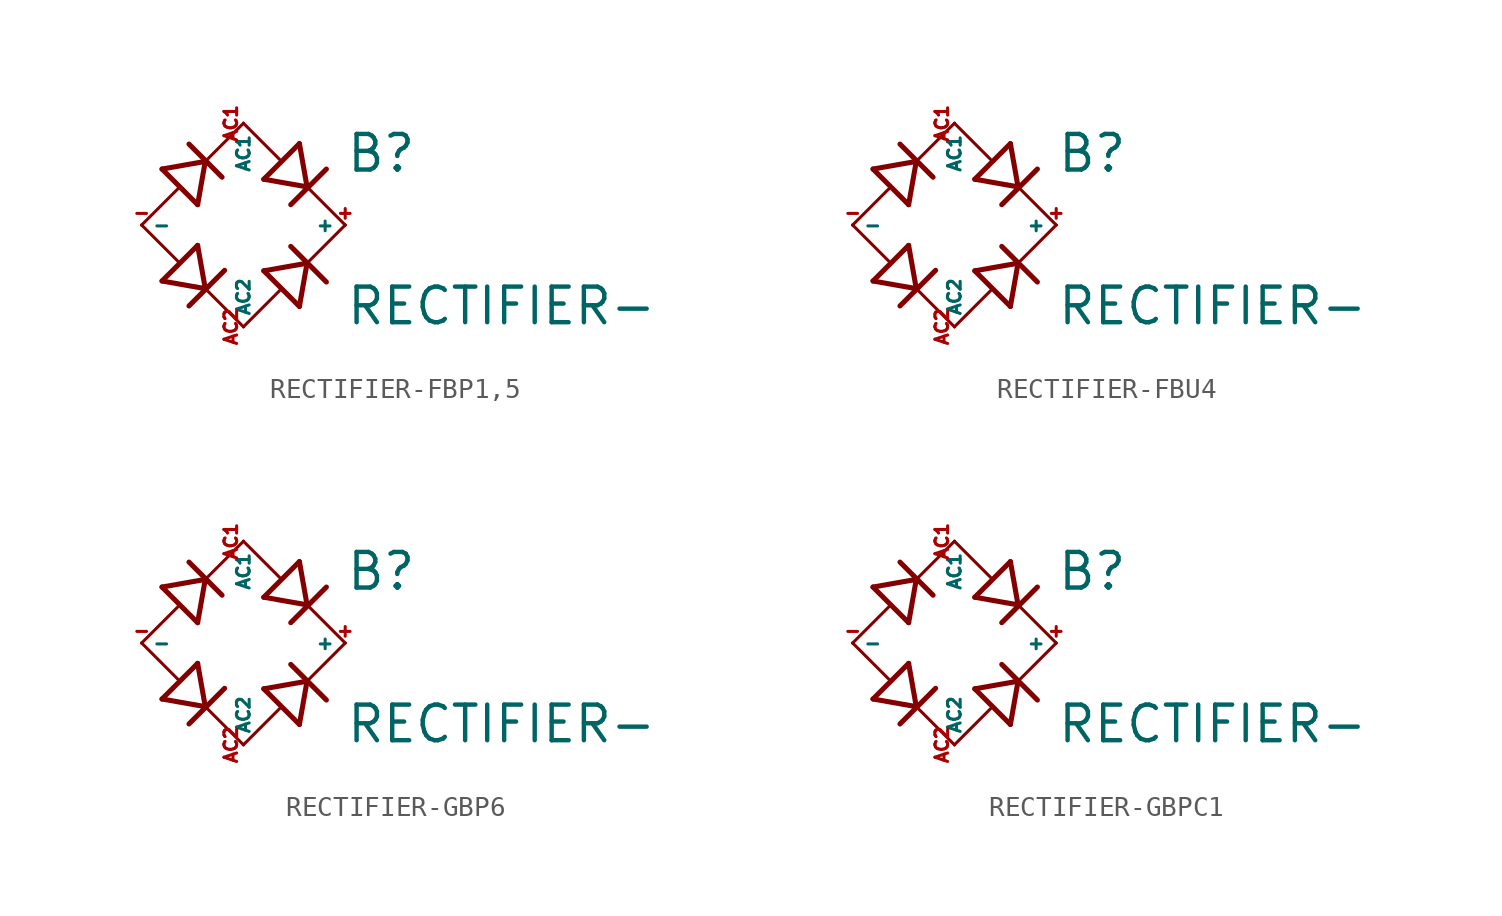
<source format=kicad_sym>
(kicad_symbol_lib
  (version 20220914)
  (generator Eagle2Kicad)
  (symbol "RECTIFIER-FBP1,5"
    (property "Reference" "B"
      (at 5.08 2.54 0)
      (effects (font (size 1.778 1.778) (thickness 0.22)) (justify left bottom)))
    (property "Value" "RECTIFIER-"
      (at 5.08 -5.08 0)
      (effects (font (size 1.778 1.778) (thickness 0.22)) (justify left bottom)))
    (polyline
      (pts (xy -1.905 -3.175) (xy -4.064 -2.794))
      (stroke (width 0.254) (type default))
      (fill (type none)))
    (polyline
      (pts (xy -1.905 -3.175) (xy -2.286 -1.016))
      (stroke (width 0.254) (type default))
      (fill (type none)))
    (polyline
      (pts (xy -2.718 -4.039) (xy -0.94 -2.261))
      (stroke (width 0.254) (type default))
      (fill (type none)))
    (polyline
      (pts (xy -1.905 3.175) (xy -4.064 2.794))
      (stroke (width 0.254) (type default))
      (fill (type none)))
    (polyline
      (pts (xy -1.905 3.175) (xy -2.286 1.016))
      (stroke (width 0.254) (type default))
      (fill (type none)))
    (polyline
      (pts (xy -2.718 4.039) (xy -1.067 2.388))
      (stroke (width 0.254) (type default))
      (fill (type none)))
    (polyline
      (pts (xy 3.175 1.905) (xy 2.794 4.064))
      (stroke (width 0.254) (type default))
      (fill (type none)))
    (polyline
      (pts (xy 3.175 1.905) (xy 1.016 2.286))
      (stroke (width 0.254) (type default))
      (fill (type none)))
    (polyline
      (pts (xy 2.362 1.016) (xy 4.14 2.794))
      (stroke (width 0.254) (type default))
      (fill (type none)))
    (polyline
      (pts (xy 3.175 -1.905) (xy 2.794 -4.064))
      (stroke (width 0.254) (type default))
      (fill (type none)))
    (polyline
      (pts (xy 3.175 -1.905) (xy 1.016 -2.286))
      (stroke (width 0.254) (type default))
      (fill (type none)))
    (polyline
      (pts (xy 2.362 -1.067) (xy 4.14 -2.845))
      (stroke (width 0.254) (type default))
      (fill (type none)))
    (polyline
      (pts (xy 5.08 0) (xy 3.175 -1.905))
      (stroke (width 0.152) (type default))
      (fill (type none)))
    (polyline
      (pts (xy 0 -5.08) (xy -1.905 -3.175))
      (stroke (width 0.152) (type default))
      (fill (type none)))
    (polyline
      (pts (xy -3.277 -1.803) (xy -5.08 0))
      (stroke (width 0.152) (type default))
      (fill (type none)))
    (polyline
      (pts (xy -4.064 -2.794) (xy -2.286 -1.016))
      (stroke (width 0.254) (type default))
      (fill (type none)))
    (polyline
      (pts (xy -5.08 0) (xy -3.277 1.803))
      (stroke (width 0.152) (type default))
      (fill (type none)))
    (polyline
      (pts (xy -4.064 2.794) (xy -2.286 1.016))
      (stroke (width 0.254) (type default))
      (fill (type none)))
    (polyline
      (pts (xy -1.905 3.175) (xy 0 5.08))
      (stroke (width 0.152) (type default))
      (fill (type none)))
    (polyline
      (pts (xy 0 5.08) (xy 1.803 3.277))
      (stroke (width 0.152) (type default))
      (fill (type none)))
    (polyline
      (pts (xy 1.016 2.286) (xy 2.794 4.064))
      (stroke (width 0.254) (type default))
      (fill (type none)))
    (polyline
      (pts (xy 3.175 1.905) (xy 5.08 0))
      (stroke (width 0.152) (type default))
      (fill (type none)))
    (polyline
      (pts (xy 0 -5.08) (xy 1.803 -3.277))
      (stroke (width 0.152) (type default))
      (fill (type none)))
    (polyline
      (pts (xy 1.016 -2.286) (xy 2.794 -4.064))
      (stroke (width 0.254) (type default))
      (fill (type none)))
    (pin passive line
      (at 0 5.08 270)
      (length 0)
      (name "AC1" (effects (font (size 0.635 0.635) (thickness 0.08)) (justify left bottom)))
      (number "AC1" (effects (font (size 0.635 0.635) (thickness 0.08)) (justify left bottom))))
    (pin passive line
      (at 5.08 0 180)
      (length 0)
      (name "+" (effects (font (size 0.635 0.635) (thickness 0.08)) (justify left bottom)))
      (number "+" (effects (font (size 0.635 0.635) (thickness 0.08)) (justify left bottom))))
    (pin passive line
      (at 0 -5.08 90)
      (length 0)
      (name "AC2" (effects (font (size 0.635 0.635) (thickness 0.08)) (justify left bottom)))
      (number "AC2" (effects (font (size 0.635 0.635) (thickness 0.08)) (justify left bottom))))
    (pin passive line
      (at -5.08 0 0)
      (length 0)
      (name "-" (effects (font (size 0.635 0.635) (thickness 0.08)) (justify left bottom)))
      (number "-" (effects (font (size 0.635 0.635) (thickness 0.08)) (justify left bottom)))))
  (symbol "RECTIFIER-FBU4"
    (property "Reference" "B"
      (at 5.08 2.54 0)
      (effects (font (size 1.778 1.778) (thickness 0.22)) (justify left bottom)))
    (property "Value" "RECTIFIER-"
      (at 5.08 -5.08 0)
      (effects (font (size 1.778 1.778) (thickness 0.22)) (justify left bottom)))
    (polyline
      (pts (xy -1.905 -3.175) (xy -4.064 -2.794))
      (stroke (width 0.254) (type default))
      (fill (type none)))
    (polyline
      (pts (xy -1.905 -3.175) (xy -2.286 -1.016))
      (stroke (width 0.254) (type default))
      (fill (type none)))
    (polyline
      (pts (xy -2.718 -4.039) (xy -0.94 -2.261))
      (stroke (width 0.254) (type default))
      (fill (type none)))
    (polyline
      (pts (xy -1.905 3.175) (xy -4.064 2.794))
      (stroke (width 0.254) (type default))
      (fill (type none)))
    (polyline
      (pts (xy -1.905 3.175) (xy -2.286 1.016))
      (stroke (width 0.254) (type default))
      (fill (type none)))
    (polyline
      (pts (xy -2.718 4.039) (xy -1.067 2.388))
      (stroke (width 0.254) (type default))
      (fill (type none)))
    (polyline
      (pts (xy 3.175 1.905) (xy 2.794 4.064))
      (stroke (width 0.254) (type default))
      (fill (type none)))
    (polyline
      (pts (xy 3.175 1.905) (xy 1.016 2.286))
      (stroke (width 0.254) (type default))
      (fill (type none)))
    (polyline
      (pts (xy 2.362 1.016) (xy 4.14 2.794))
      (stroke (width 0.254) (type default))
      (fill (type none)))
    (polyline
      (pts (xy 3.175 -1.905) (xy 2.794 -4.064))
      (stroke (width 0.254) (type default))
      (fill (type none)))
    (polyline
      (pts (xy 3.175 -1.905) (xy 1.016 -2.286))
      (stroke (width 0.254) (type default))
      (fill (type none)))
    (polyline
      (pts (xy 2.362 -1.067) (xy 4.14 -2.845))
      (stroke (width 0.254) (type default))
      (fill (type none)))
    (polyline
      (pts (xy 5.08 0) (xy 3.175 -1.905))
      (stroke (width 0.152) (type default))
      (fill (type none)))
    (polyline
      (pts (xy 0 -5.08) (xy -1.905 -3.175))
      (stroke (width 0.152) (type default))
      (fill (type none)))
    (polyline
      (pts (xy -3.277 -1.803) (xy -5.08 0))
      (stroke (width 0.152) (type default))
      (fill (type none)))
    (polyline
      (pts (xy -4.064 -2.794) (xy -2.286 -1.016))
      (stroke (width 0.254) (type default))
      (fill (type none)))
    (polyline
      (pts (xy -5.08 0) (xy -3.277 1.803))
      (stroke (width 0.152) (type default))
      (fill (type none)))
    (polyline
      (pts (xy -4.064 2.794) (xy -2.286 1.016))
      (stroke (width 0.254) (type default))
      (fill (type none)))
    (polyline
      (pts (xy -1.905 3.175) (xy 0 5.08))
      (stroke (width 0.152) (type default))
      (fill (type none)))
    (polyline
      (pts (xy 0 5.08) (xy 1.803 3.277))
      (stroke (width 0.152) (type default))
      (fill (type none)))
    (polyline
      (pts (xy 1.016 2.286) (xy 2.794 4.064))
      (stroke (width 0.254) (type default))
      (fill (type none)))
    (polyline
      (pts (xy 3.175 1.905) (xy 5.08 0))
      (stroke (width 0.152) (type default))
      (fill (type none)))
    (polyline
      (pts (xy 0 -5.08) (xy 1.803 -3.277))
      (stroke (width 0.152) (type default))
      (fill (type none)))
    (polyline
      (pts (xy 1.016 -2.286) (xy 2.794 -4.064))
      (stroke (width 0.254) (type default))
      (fill (type none)))
    (pin passive line
      (at 0 5.08 270)
      (length 0)
      (name "AC1" (effects (font (size 0.635 0.635) (thickness 0.08)) (justify left bottom)))
      (number "AC1" (effects (font (size 0.635 0.635) (thickness 0.08)) (justify left bottom))))
    (pin passive line
      (at 5.08 0 180)
      (length 0)
      (name "+" (effects (font (size 0.635 0.635) (thickness 0.08)) (justify left bottom)))
      (number "+" (effects (font (size 0.635 0.635) (thickness 0.08)) (justify left bottom))))
    (pin passive line
      (at 0 -5.08 90)
      (length 0)
      (name "AC2" (effects (font (size 0.635 0.635) (thickness 0.08)) (justify left bottom)))
      (number "AC2" (effects (font (size 0.635 0.635) (thickness 0.08)) (justify left bottom))))
    (pin passive line
      (at -5.08 0 0)
      (length 0)
      (name "-" (effects (font (size 0.635 0.635) (thickness 0.08)) (justify left bottom)))
      (number "-" (effects (font (size 0.635 0.635) (thickness 0.08)) (justify left bottom)))))
  (symbol "RECTIFIER-GBP6"
    (property "Reference" "B"
      (at 5.08 2.54 0)
      (effects (font (size 1.778 1.778) (thickness 0.22)) (justify left bottom)))
    (property "Value" "RECTIFIER-"
      (at 5.08 -5.08 0)
      (effects (font (size 1.778 1.778) (thickness 0.22)) (justify left bottom)))
    (polyline
      (pts (xy -1.905 -3.175) (xy -4.064 -2.794))
      (stroke (width 0.254) (type default))
      (fill (type none)))
    (polyline
      (pts (xy -1.905 -3.175) (xy -2.286 -1.016))
      (stroke (width 0.254) (type default))
      (fill (type none)))
    (polyline
      (pts (xy -2.718 -4.039) (xy -0.94 -2.261))
      (stroke (width 0.254) (type default))
      (fill (type none)))
    (polyline
      (pts (xy -1.905 3.175) (xy -4.064 2.794))
      (stroke (width 0.254) (type default))
      (fill (type none)))
    (polyline
      (pts (xy -1.905 3.175) (xy -2.286 1.016))
      (stroke (width 0.254) (type default))
      (fill (type none)))
    (polyline
      (pts (xy -2.718 4.039) (xy -1.067 2.388))
      (stroke (width 0.254) (type default))
      (fill (type none)))
    (polyline
      (pts (xy 3.175 1.905) (xy 2.794 4.064))
      (stroke (width 0.254) (type default))
      (fill (type none)))
    (polyline
      (pts (xy 3.175 1.905) (xy 1.016 2.286))
      (stroke (width 0.254) (type default))
      (fill (type none)))
    (polyline
      (pts (xy 2.362 1.016) (xy 4.14 2.794))
      (stroke (width 0.254) (type default))
      (fill (type none)))
    (polyline
      (pts (xy 3.175 -1.905) (xy 2.794 -4.064))
      (stroke (width 0.254) (type default))
      (fill (type none)))
    (polyline
      (pts (xy 3.175 -1.905) (xy 1.016 -2.286))
      (stroke (width 0.254) (type default))
      (fill (type none)))
    (polyline
      (pts (xy 2.362 -1.067) (xy 4.14 -2.845))
      (stroke (width 0.254) (type default))
      (fill (type none)))
    (polyline
      (pts (xy 5.08 0) (xy 3.175 -1.905))
      (stroke (width 0.152) (type default))
      (fill (type none)))
    (polyline
      (pts (xy 0 -5.08) (xy -1.905 -3.175))
      (stroke (width 0.152) (type default))
      (fill (type none)))
    (polyline
      (pts (xy -3.277 -1.803) (xy -5.08 0))
      (stroke (width 0.152) (type default))
      (fill (type none)))
    (polyline
      (pts (xy -4.064 -2.794) (xy -2.286 -1.016))
      (stroke (width 0.254) (type default))
      (fill (type none)))
    (polyline
      (pts (xy -5.08 0) (xy -3.277 1.803))
      (stroke (width 0.152) (type default))
      (fill (type none)))
    (polyline
      (pts (xy -4.064 2.794) (xy -2.286 1.016))
      (stroke (width 0.254) (type default))
      (fill (type none)))
    (polyline
      (pts (xy -1.905 3.175) (xy 0 5.08))
      (stroke (width 0.152) (type default))
      (fill (type none)))
    (polyline
      (pts (xy 0 5.08) (xy 1.803 3.277))
      (stroke (width 0.152) (type default))
      (fill (type none)))
    (polyline
      (pts (xy 1.016 2.286) (xy 2.794 4.064))
      (stroke (width 0.254) (type default))
      (fill (type none)))
    (polyline
      (pts (xy 3.175 1.905) (xy 5.08 0))
      (stroke (width 0.152) (type default))
      (fill (type none)))
    (polyline
      (pts (xy 0 -5.08) (xy 1.803 -3.277))
      (stroke (width 0.152) (type default))
      (fill (type none)))
    (polyline
      (pts (xy 1.016 -2.286) (xy 2.794 -4.064))
      (stroke (width 0.254) (type default))
      (fill (type none)))
    (pin passive line
      (at 0 5.08 270)
      (length 0)
      (name "AC1" (effects (font (size 0.635 0.635) (thickness 0.08)) (justify left bottom)))
      (number "AC1" (effects (font (size 0.635 0.635) (thickness 0.08)) (justify left bottom))))
    (pin passive line
      (at 5.08 0 180)
      (length 0)
      (name "+" (effects (font (size 0.635 0.635) (thickness 0.08)) (justify left bottom)))
      (number "+" (effects (font (size 0.635 0.635) (thickness 0.08)) (justify left bottom))))
    (pin passive line
      (at 0 -5.08 90)
      (length 0)
      (name "AC2" (effects (font (size 0.635 0.635) (thickness 0.08)) (justify left bottom)))
      (number "AC2" (effects (font (size 0.635 0.635) (thickness 0.08)) (justify left bottom))))
    (pin passive line
      (at -5.08 0 0)
      (length 0)
      (name "-" (effects (font (size 0.635 0.635) (thickness 0.08)) (justify left bottom)))
      (number "-" (effects (font (size 0.635 0.635) (thickness 0.08)) (justify left bottom)))))
  (symbol "RECTIFIER-GBPC1"
    (property "Reference" "B"
      (at 5.08 2.54 0)
      (effects (font (size 1.778 1.778) (thickness 0.22)) (justify left bottom)))
    (property "Value" "RECTIFIER-"
      (at 5.08 -5.08 0)
      (effects (font (size 1.778 1.778) (thickness 0.22)) (justify left bottom)))
    (polyline
      (pts (xy -1.905 -3.175) (xy -4.064 -2.794))
      (stroke (width 0.254) (type default))
      (fill (type none)))
    (polyline
      (pts (xy -1.905 -3.175) (xy -2.286 -1.016))
      (stroke (width 0.254) (type default))
      (fill (type none)))
    (polyline
      (pts (xy -2.718 -4.039) (xy -0.94 -2.261))
      (stroke (width 0.254) (type default))
      (fill (type none)))
    (polyline
      (pts (xy -1.905 3.175) (xy -4.064 2.794))
      (stroke (width 0.254) (type default))
      (fill (type none)))
    (polyline
      (pts (xy -1.905 3.175) (xy -2.286 1.016))
      (stroke (width 0.254) (type default))
      (fill (type none)))
    (polyline
      (pts (xy -2.718 4.039) (xy -1.067 2.388))
      (stroke (width 0.254) (type default))
      (fill (type none)))
    (polyline
      (pts (xy 3.175 1.905) (xy 2.794 4.064))
      (stroke (width 0.254) (type default))
      (fill (type none)))
    (polyline
      (pts (xy 3.175 1.905) (xy 1.016 2.286))
      (stroke (width 0.254) (type default))
      (fill (type none)))
    (polyline
      (pts (xy 2.362 1.016) (xy 4.14 2.794))
      (stroke (width 0.254) (type default))
      (fill (type none)))
    (polyline
      (pts (xy 3.175 -1.905) (xy 2.794 -4.064))
      (stroke (width 0.254) (type default))
      (fill (type none)))
    (polyline
      (pts (xy 3.175 -1.905) (xy 1.016 -2.286))
      (stroke (width 0.254) (type default))
      (fill (type none)))
    (polyline
      (pts (xy 2.362 -1.067) (xy 4.14 -2.845))
      (stroke (width 0.254) (type default))
      (fill (type none)))
    (polyline
      (pts (xy 5.08 0) (xy 3.175 -1.905))
      (stroke (width 0.152) (type default))
      (fill (type none)))
    (polyline
      (pts (xy 0 -5.08) (xy -1.905 -3.175))
      (stroke (width 0.152) (type default))
      (fill (type none)))
    (polyline
      (pts (xy -3.277 -1.803) (xy -5.08 0))
      (stroke (width 0.152) (type default))
      (fill (type none)))
    (polyline
      (pts (xy -4.064 -2.794) (xy -2.286 -1.016))
      (stroke (width 0.254) (type default))
      (fill (type none)))
    (polyline
      (pts (xy -5.08 0) (xy -3.277 1.803))
      (stroke (width 0.152) (type default))
      (fill (type none)))
    (polyline
      (pts (xy -4.064 2.794) (xy -2.286 1.016))
      (stroke (width 0.254) (type default))
      (fill (type none)))
    (polyline
      (pts (xy -1.905 3.175) (xy 0 5.08))
      (stroke (width 0.152) (type default))
      (fill (type none)))
    (polyline
      (pts (xy 0 5.08) (xy 1.803 3.277))
      (stroke (width 0.152) (type default))
      (fill (type none)))
    (polyline
      (pts (xy 1.016 2.286) (xy 2.794 4.064))
      (stroke (width 0.254) (type default))
      (fill (type none)))
    (polyline
      (pts (xy 3.175 1.905) (xy 5.08 0))
      (stroke (width 0.152) (type default))
      (fill (type none)))
    (polyline
      (pts (xy 0 -5.08) (xy 1.803 -3.277))
      (stroke (width 0.152) (type default))
      (fill (type none)))
    (polyline
      (pts (xy 1.016 -2.286) (xy 2.794 -4.064))
      (stroke (width 0.254) (type default))
      (fill (type none)))
    (pin passive line
      (at 0 5.08 270)
      (length 0)
      (name "AC1" (effects (font (size 0.635 0.635) (thickness 0.08)) (justify left bottom)))
      (number "AC1" (effects (font (size 0.635 0.635) (thickness 0.08)) (justify left bottom))))
    (pin passive line
      (at 5.08 0 180)
      (length 0)
      (name "+" (effects (font (size 0.635 0.635) (thickness 0.08)) (justify left bottom)))
      (number "+" (effects (font (size 0.635 0.635) (thickness 0.08)) (justify left bottom))))
    (pin passive line
      (at 0 -5.08 90)
      (length 0)
      (name "AC2" (effects (font (size 0.635 0.635) (thickness 0.08)) (justify left bottom)))
      (number "AC2" (effects (font (size 0.635 0.635) (thickness 0.08)) (justify left bottom))))
    (pin passive line
      (at -5.08 0 0)
      (length 0)
      (name "-" (effects (font (size 0.635 0.635) (thickness 0.08)) (justify left bottom)))
      (number "-" (effects (font (size 0.635 0.635) (thickness 0.08)) (justify left bottom))))))
</source>
